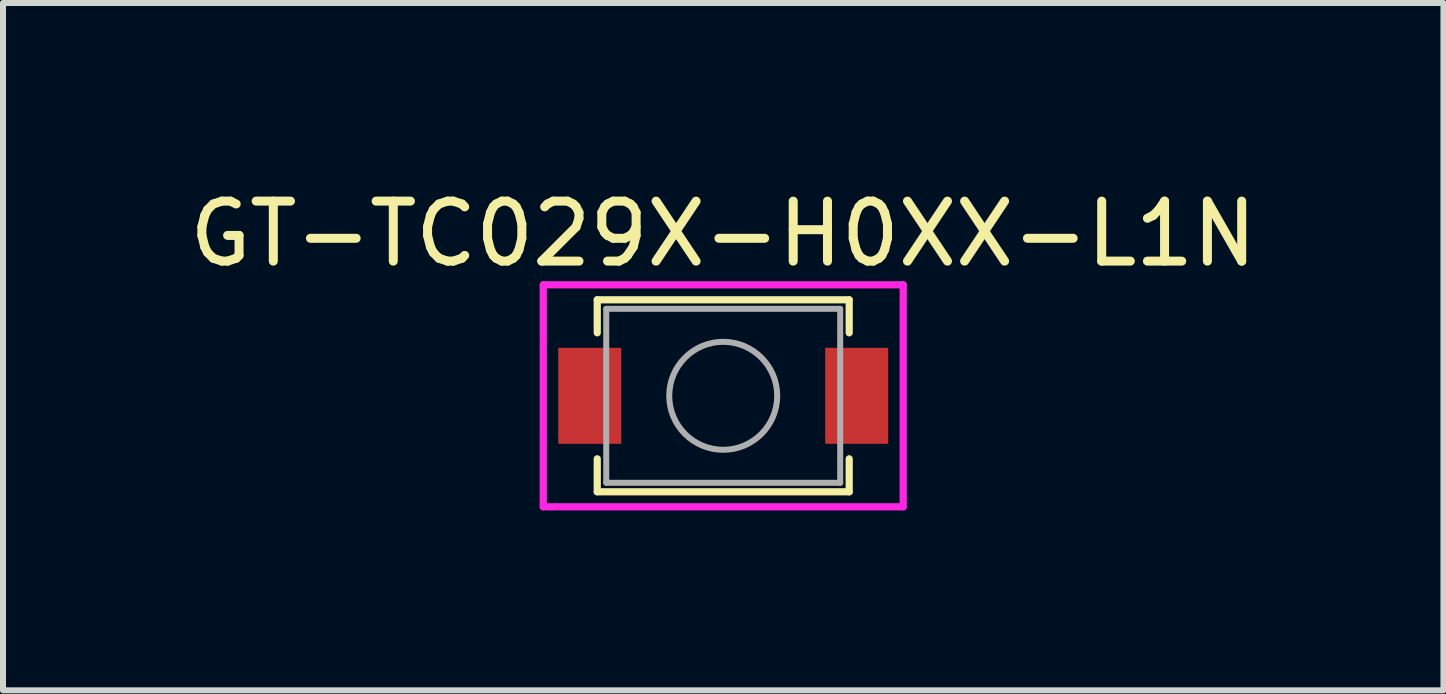
<source format=kicad_pcb>
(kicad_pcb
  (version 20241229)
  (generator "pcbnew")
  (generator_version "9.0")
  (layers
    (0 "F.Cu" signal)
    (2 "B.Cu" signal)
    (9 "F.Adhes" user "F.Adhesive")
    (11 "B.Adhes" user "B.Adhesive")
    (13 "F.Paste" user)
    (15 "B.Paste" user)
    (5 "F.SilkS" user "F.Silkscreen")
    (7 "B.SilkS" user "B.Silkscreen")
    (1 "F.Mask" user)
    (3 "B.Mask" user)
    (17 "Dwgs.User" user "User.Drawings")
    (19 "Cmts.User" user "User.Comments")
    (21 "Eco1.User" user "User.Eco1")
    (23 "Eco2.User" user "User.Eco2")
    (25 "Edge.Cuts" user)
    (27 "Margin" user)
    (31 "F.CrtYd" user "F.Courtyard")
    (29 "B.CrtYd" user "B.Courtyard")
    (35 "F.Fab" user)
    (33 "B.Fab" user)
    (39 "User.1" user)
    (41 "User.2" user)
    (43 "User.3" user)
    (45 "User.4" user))
  (footprint "GT-TC029X-H0XX-L1N"
    (layer "F.Cu")
    (at 9.006 3.548)
    (property "Reference" "GT-TC029X-H0XX-L1N" (at 0 -2.7 0) (layer "F.SilkS") (effects (font (size 1 1) (thickness 0.15))))
    (attr smd)
    (fp_line (start -2.1 -1.6) (end -2.1 -1.05) (stroke (width 0.12) (type solid)) (layer "F.SilkS"))
    (fp_line (start -2.1 1.6) (end -2.1 1.05) (stroke (width 0.12) (type solid)) (layer "F.SilkS"))
    (fp_line (start 2.1 -1.6) (end -2.1 -1.6) (stroke (width 0.12) (type solid)) (layer "F.SilkS"))
    (fp_line (start 2.1 -1.05) (end 2.1 -1.6) (stroke (width 0.12) (type solid)) (layer "F.SilkS"))
    (fp_line (start 2.1 1.05) (end 2.1 1.6) (stroke (width 0.12) (type solid)) (layer "F.SilkS"))
    (fp_line (start 2.1 1.6) (end -2.1 1.6) (stroke (width 0.12) (type solid)) (layer "F.SilkS"))
    (fp_line (start -3 -1.85) (end 3 -1.85) (stroke (width 0.12) (type solid)) (layer "F.CrtYd"))
    (fp_line (start -3 1.85) (end -3 -1.85) (stroke (width 0.12) (type solid)) (layer "F.CrtYd"))
    (fp_line (start 3 -1.85) (end 3 1.85) (stroke (width 0.12) (type solid)) (layer "F.CrtYd"))
    (fp_line (start 3 1.85) (end -3 1.85) (stroke (width 0.12) (type solid)) (layer "F.CrtYd"))
    (fp_line (start -1.95 -1.45) (end -1.95 1.45) (stroke (width 0.1) (type solid)) (layer "F.Fab"))
    (fp_line (start -1.95 1.45) (end 1.95 1.45) (stroke (width 0.1) (type solid)) (layer "F.Fab"))
    (fp_line (start 1.95 -1.45) (end -1.95 -1.45) (stroke (width 0.1) (type solid)) (layer "F.Fab"))
    (fp_line (start 1.95 1.45) (end 1.95 -1.45) (stroke (width 0.1) (type solid)) (layer "F.Fab"))
    (fp_circle (center 0 0) (end 0.9 0) (stroke (width 0.1) (type solid)) (fill no) (layer "F.Fab"))
    (pad "1" smd rect (at -2.225 0) (size 1.05 1.6) (layers "F.Cu" "F.Mask" "F.Paste"))
    (pad "2" smd rect (at 2.225 0) (size 1.05 1.6) (layers "F.Cu" "F.Mask" "F.Paste")))
  (gr_rect
    (start -3 -3)
    (end 21.012 8.458)
    (stroke (width 0.1) (type default))
    (fill no)
    (layer "Edge.Cuts")))
</source>
